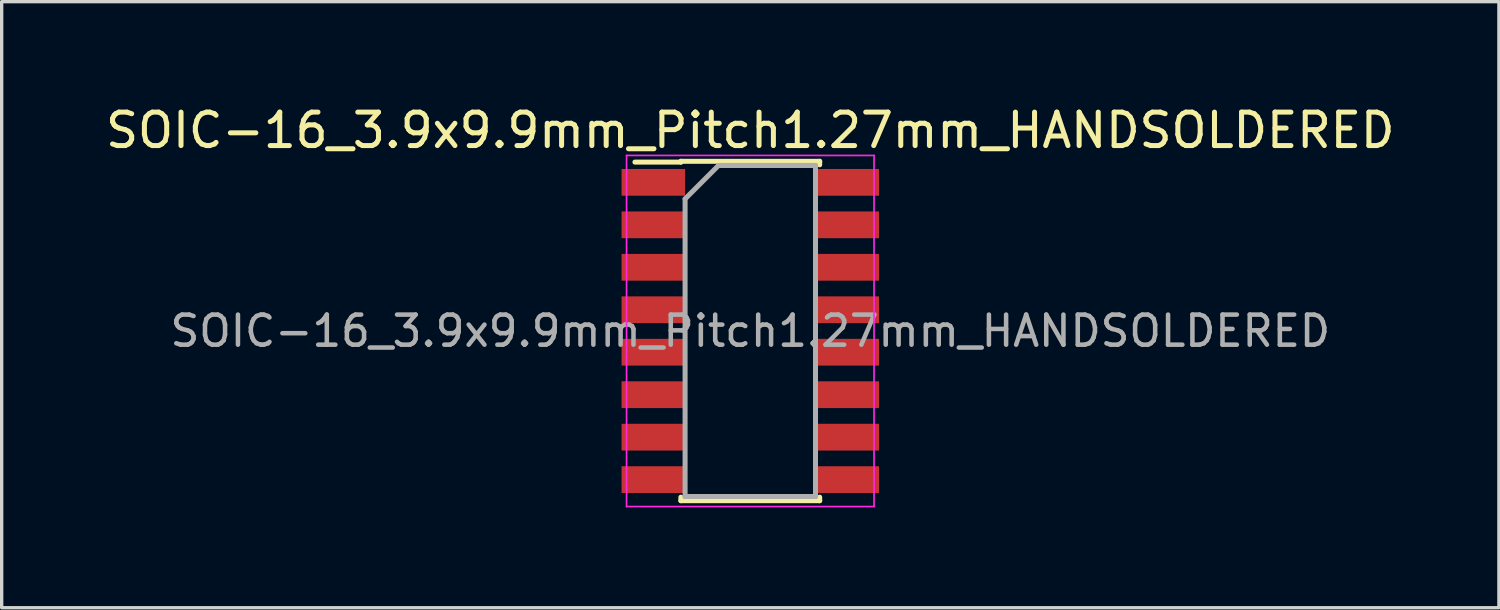
<source format=kicad_pcb>
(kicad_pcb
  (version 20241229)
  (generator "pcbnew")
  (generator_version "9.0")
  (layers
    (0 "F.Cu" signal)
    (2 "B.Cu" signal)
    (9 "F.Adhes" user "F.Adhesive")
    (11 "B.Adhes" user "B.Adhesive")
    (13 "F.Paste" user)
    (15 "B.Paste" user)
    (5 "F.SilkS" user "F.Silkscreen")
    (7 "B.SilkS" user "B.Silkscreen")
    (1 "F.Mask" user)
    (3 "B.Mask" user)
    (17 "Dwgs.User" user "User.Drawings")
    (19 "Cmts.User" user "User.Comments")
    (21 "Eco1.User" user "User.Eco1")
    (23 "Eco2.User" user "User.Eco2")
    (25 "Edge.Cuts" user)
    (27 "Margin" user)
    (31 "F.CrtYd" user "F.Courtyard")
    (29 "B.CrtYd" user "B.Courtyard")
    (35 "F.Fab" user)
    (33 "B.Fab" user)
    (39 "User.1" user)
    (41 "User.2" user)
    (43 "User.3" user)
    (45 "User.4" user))
  (footprint "SOIC-16_3.9x9.9mm_Pitch1.27mm_HANDSOLDERED"
    (layer "F.Cu")
    (at 19.387 6.848)
    (property "Reference" "SOIC-16_3.9x9.9mm_Pitch1.27mm_HANDSOLDERED" (at 0 -6 0) (layer "F.SilkS") (effects (font (size 1 1) (thickness 0.15))))
    (attr smd)
    (fp_line (start -2.075 -5.075) (end -2.075 -5.05) (stroke (width 0.15) (type solid)) (layer "F.SilkS"))
    (fp_line (start -2.075 -5.075) (end 2.075 -5.075) (stroke (width 0.15) (type solid)) (layer "F.SilkS"))
    (fp_line (start -2.075 -5.05) (end -3.45 -5.05) (stroke (width 0.15) (type solid)) (layer "F.SilkS"))
    (fp_line (start -2.075 5.075) (end -2.075 4.97) (stroke (width 0.15) (type solid)) (layer "F.SilkS"))
    (fp_line (start -2.075 5.075) (end 2.075 5.075) (stroke (width 0.15) (type solid)) (layer "F.SilkS"))
    (fp_line (start 2.075 -5.075) (end 2.075 -4.97) (stroke (width 0.15) (type solid)) (layer "F.SilkS"))
    (fp_line (start 2.075 5.075) (end 2.075 4.97) (stroke (width 0.15) (type solid)) (layer "F.SilkS"))
    (fp_line (start -3.7 -5.25) (end -3.7 5.25) (stroke (width 0.05) (type solid)) (layer "F.CrtYd"))
    (fp_line (start -3.7 -5.25) (end 3.7 -5.25) (stroke (width 0.05) (type solid)) (layer "F.CrtYd"))
    (fp_line (start -3.7 5.25) (end 3.7 5.25) (stroke (width 0.05) (type solid)) (layer "F.CrtYd"))
    (fp_line (start 3.7 -5.25) (end 3.7 5.25) (stroke (width 0.05) (type solid)) (layer "F.CrtYd"))
    (fp_line (start -1.95 -3.95) (end -0.95 -4.95) (stroke (width 0.15) (type solid)) (layer "F.Fab"))
    (fp_line (start -1.95 4.95) (end -1.95 -3.95) (stroke (width 0.15) (type solid)) (layer "F.Fab"))
    (fp_line (start -0.95 -4.95) (end 1.95 -4.95) (stroke (width 0.15) (type solid)) (layer "F.Fab"))
    (fp_line (start 1.95 -4.95) (end 1.95 4.95) (stroke (width 0.15) (type solid)) (layer "F.Fab"))
    (fp_line (start 1.95 4.95) (end -1.95 4.95) (stroke (width 0.15) (type solid)) (layer "F.Fab"))
    (fp_text user "${REFERENCE}" (at 0 0 0) (layer "F.Fab") (effects (font (size 0.9 0.9) (thickness 0.135))))
    (pad "1" smd rect (at -2.9 -4.445) (size 1.9 0.8) (layers "F.Cu" "F.Mask" "F.Paste"))
    (pad "2" smd rect (at -2.9 -3.175) (size 1.9 0.8) (layers "F.Cu" "F.Mask" "F.Paste"))
    (pad "3" smd rect (at -2.9 -1.905) (size 1.9 0.8) (layers "F.Cu" "F.Mask" "F.Paste"))
    (pad "4" smd rect (at -2.9 -0.635) (size 1.9 0.8) (layers "F.Cu" "F.Mask" "F.Paste"))
    (pad "5" smd rect (at -2.9 0.635) (size 1.9 0.8) (layers "F.Cu" "F.Mask" "F.Paste"))
    (pad "6" smd rect (at -2.9 1.905) (size 1.9 0.8) (layers "F.Cu" "F.Mask" "F.Paste"))
    (pad "7" smd rect (at -2.9 3.175) (size 1.9 0.8) (layers "F.Cu" "F.Mask" "F.Paste"))
    (pad "8" smd rect (at -2.9 4.445) (size 1.9 0.8) (layers "F.Cu" "F.Mask" "F.Paste"))
    (pad "9" smd rect (at 2.9 4.445) (size 1.9 0.8) (layers "F.Cu" "F.Mask" "F.Paste"))
    (pad "10" smd rect (at 2.9 3.175) (size 1.9 0.8) (layers "F.Cu" "F.Mask" "F.Paste"))
    (pad "11" smd rect (at 2.9 1.905) (size 1.9 0.8) (layers "F.Cu" "F.Mask" "F.Paste"))
    (pad "12" smd rect (at 2.9 0.635) (size 1.9 0.8) (layers "F.Cu" "F.Mask" "F.Paste"))
    (pad "13" smd rect (at 2.9 -0.635) (size 1.9 0.8) (layers "F.Cu" "F.Mask" "F.Paste"))
    (pad "14" smd rect (at 2.9 -1.905) (size 1.9 0.8) (layers "F.Cu" "F.Mask" "F.Paste"))
    (pad "15" smd rect (at 2.9 -3.175) (size 1.9 0.8) (layers "F.Cu" "F.Mask" "F.Paste"))
    (pad "16" smd rect (at 2.9 -4.445) (size 1.9 0.8) (layers "F.Cu" "F.Mask" "F.Paste")))
  (gr_rect
    (start -3 -3)
    (end 41.774 15.123)
    (stroke (width 0.1) (type default))
    (fill no)
    (layer "Edge.Cuts")))
</source>
